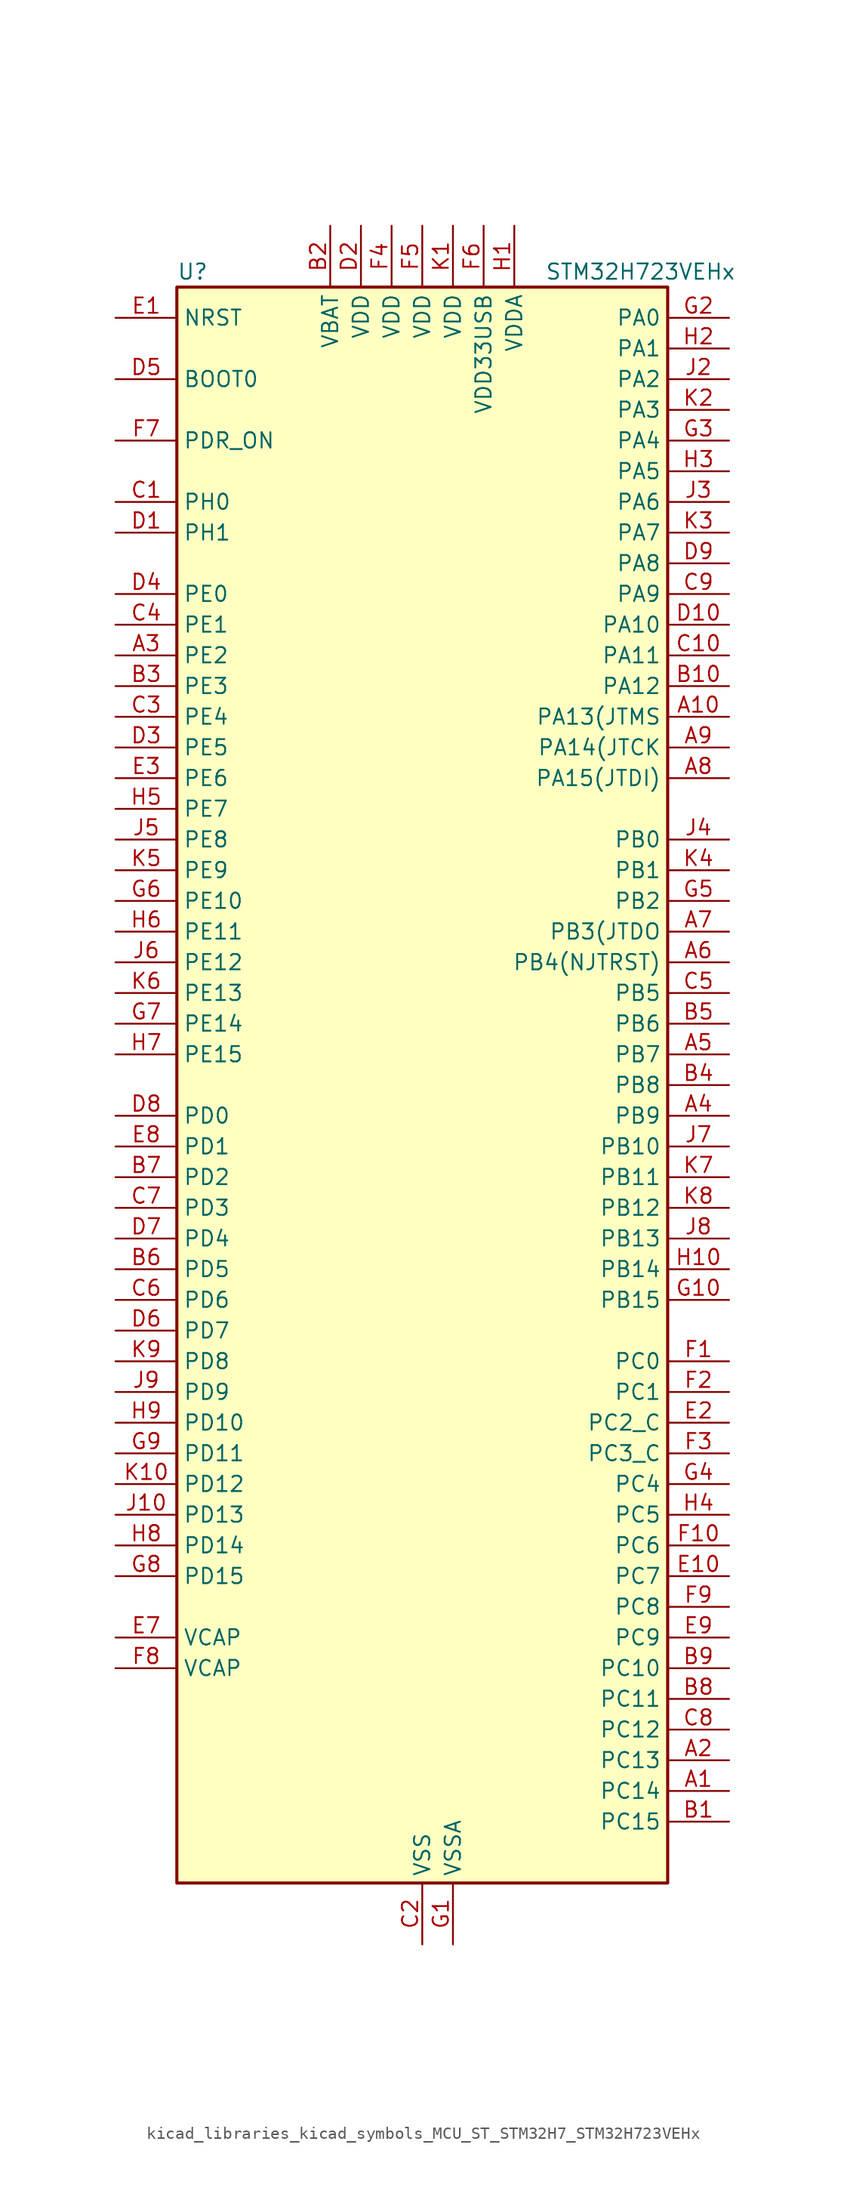
<source format=kicad_sym>
(kicad_symbol_lib
  (version 20220914)
  (generator kicad_symbol_editor)
  (symbol "kicad_libraries_kicad_symbols_MCU_ST_STM32H7_STM32H723VEHx"
    (property "Reference" "U"
      (at -20.32 67.31 0)
      (effects (font (size 1.27 1.27)) (justify left)))
    (property "Value" "STM32H723VEHx"
      (at 10.16 67.31 0)
      (effects (font (size 1.27 1.27)) (justify left)))
    (property "ki_locked" ""
      (at 0 0 0)
      (effects (font (size 1.27 1.27))))
    (symbol "kicad_libraries_kicad_symbols_MCU_ST_STM32H7_STM32H723VEHx_0_1"
      (rectangle (start -20.32 -66.04) (end 20.32 66.04) (stroke (width 0.254) (type default)) (fill (type background))))
    (symbol "kicad_libraries_kicad_symbols_MCU_ST_STM32H7_STM32H723VEHx_1_1"
      (pin bidirectional line (at 25.4 -58.42 180) (length 5.08) (name "PC14" (effects (font (size 1.27 1.27)))) (number "A1" (effects (font (size 1.27 1.27)))) (alternate "RCC_OSC32_IN" bidirectional line))
      (pin bidirectional line (at 25.4 30.48 180) (length 5.08) (name "PA13(JTMS" (effects (font (size 1.27 1.27)))) (number "A10" (effects (font (size 1.27 1.27)))) (alternate "DEBUG_JTMS-SWDIO" bidirectional line))
      (pin bidirectional line (at 25.4 -55.88 180) (length 5.08) (name "PC13" (effects (font (size 1.27 1.27)))) (number "A2" (effects (font (size 1.27 1.27)))) (alternate "PWR_WKUP4" bidirectional line) (alternate "RTC_OUT_ALARM" bidirectional line) (alternate "RTC_OUT_CALIB" bidirectional line) (alternate "RTC_TAMP1" bidirectional line) (alternate "RTC_TS" bidirectional line))
      (pin bidirectional line (at -25.4 35.56 0) (length 5.08) (name "PE2" (effects (font (size 1.27 1.27)))) (number "A3" (effects (font (size 1.27 1.27)))) (alternate "DEBUG_TRACECLK" bidirectional line) (alternate "ETH_TXD3" bidirectional line) (alternate "FMC_A23" bidirectional line) (alternate "OCTOSPIM_P1_IO2" bidirectional line) (alternate "SAI1_CK1" bidirectional line) (alternate "SAI1_MCLK_A" bidirectional line) (alternate "SAI4_CK1" bidirectional line) (alternate "SAI4_MCLK_A" bidirectional line) (alternate "SPI4_SCK" bidirectional line) (alternate "USART10_RX" bidirectional line))
      (pin bidirectional line (at 25.4 -2.54 180) (length 5.08) (name "PB9" (effects (font (size 1.27 1.27)))) (number "A4" (effects (font (size 1.27 1.27)))) (alternate "DAC1_EXTI9" bidirectional line) (alternate "DCMI_D7" bidirectional line) (alternate "DFSDM1_DATIN7" bidirectional line) (alternate "FDCAN1_TX" bidirectional line) (alternate "I2C1_SDA" bidirectional line) (alternate "I2C4_SDA" bidirectional line) (alternate "I2C4_SMBA" bidirectional line) (alternate "I2S2_WS" bidirectional line) (alternate "LTDC_B7" bidirectional line) (alternate "PSSI_D7" bidirectional line) (alternate "SDMMC1_CDIR" bidirectional line) (alternate "SDMMC1_D5" bidirectional line) (alternate "SDMMC2_D5" bidirectional line) (alternate "SPI2_NSS" bidirectional line) (alternate "TIM17_CH1" bidirectional line) (alternate "TIM4_CH4" bidirectional line) (alternate "UART4_TX" bidirectional line))
      (pin bidirectional line (at 25.4 2.54 180) (length 5.08) (name "PB7" (effects (font (size 1.27 1.27)))) (number "A5" (effects (font (size 1.27 1.27)))) (alternate "DCMI_VSYNC" bidirectional line) (alternate "DFSDM1_CKIN5" bidirectional line) (alternate "FMC_NL" bidirectional line) (alternate "I2C1_SDA" bidirectional line) (alternate "I2C4_SDA" bidirectional line) (alternate "LPUART1_RX" bidirectional line) (alternate "PSSI_RDY" bidirectional line) (alternate "PWR_PVD_IN" bidirectional line) (alternate "TIM17_CH1N" bidirectional line) (alternate "TIM4_CH2" bidirectional line) (alternate "USART1_RX" bidirectional line))
      (pin bidirectional line (at 25.4 10.16 180) (length 5.08) (name "PB4(NJTRST)" (effects (font (size 1.27 1.27)))) (number "A6" (effects (font (size 1.27 1.27)))) (alternate "DEBUG_JTRST" bidirectional line) (alternate "I2S1_SDI" bidirectional line) (alternate "I2S2_WS" bidirectional line) (alternate "I2S3_SDI" bidirectional line) (alternate "I2S6_SDI" bidirectional line) (alternate "SDMMC2_D3" bidirectional line) (alternate "SPI1_MISO" bidirectional line) (alternate "SPI2_NSS" bidirectional line) (alternate "SPI3_MISO" bidirectional line) (alternate "SPI6_MISO" bidirectional line) (alternate "TIM16_BKIN" bidirectional line) (alternate "TIM3_CH1" bidirectional line) (alternate "UART7_TX" bidirectional line))
      (pin bidirectional line (at 25.4 12.7 180) (length 5.08) (name "PB3(JTDO" (effects (font (size 1.27 1.27)))) (number "A7" (effects (font (size 1.27 1.27)))) (alternate "CRS_SYNC" bidirectional line) (alternate "DEBUG_JTDO-SWO" bidirectional line) (alternate "I2S1_CK" bidirectional line) (alternate "I2S3_CK" bidirectional line) (alternate "I2S6_CK" bidirectional line) (alternate "SDMMC2_D2" bidirectional line) (alternate "SPI1_SCK" bidirectional line) (alternate "SPI3_SCK" bidirectional line) (alternate "SPI6_SCK" bidirectional line) (alternate "TIM24_ETR" bidirectional line) (alternate "TIM2_CH2" bidirectional line) (alternate "UART7_RX" bidirectional line))
      (pin bidirectional line (at 25.4 25.4 180) (length 5.08) (name "PA15(JTDI)" (effects (font (size 1.27 1.27)))) (number "A8" (effects (font (size 1.27 1.27)))) (alternate "ADC1_EXTI15" bidirectional line) (alternate "ADC2_EXTI15" bidirectional line) (alternate "ADC3_EXTI15" bidirectional line) (alternate "CEC" bidirectional line) (alternate "DEBUG_JTDI" bidirectional line) (alternate "I2S1_WS" bidirectional line) (alternate "I2S3_WS" bidirectional line) (alternate "I2S6_WS" bidirectional line) (alternate "LTDC_B6" bidirectional line) (alternate "LTDC_R3" bidirectional line) (alternate "SPI1_NSS" bidirectional line) (alternate "SPI3_NSS" bidirectional line) (alternate "SPI6_NSS" bidirectional line) (alternate "TIM2_CH1" bidirectional line) (alternate "TIM2_ETR" bidirectional line) (alternate "UART4_DE" bidirectional line) (alternate "UART4_RTS" bidirectional line) (alternate "UART7_TX" bidirectional line))
      (pin bidirectional line (at 25.4 27.94 180) (length 5.08) (name "PA14(JTCK" (effects (font (size 1.27 1.27)))) (number "A9" (effects (font (size 1.27 1.27)))) (alternate "DEBUG_JTCK-SWCLK" bidirectional line))
      (pin bidirectional line (at 25.4 -60.96 180) (length 5.08) (name "PC15" (effects (font (size 1.27 1.27)))) (number "B1" (effects (font (size 1.27 1.27)))) (alternate "ADC1_EXTI15" bidirectional line) (alternate "ADC2_EXTI15" bidirectional line) (alternate "ADC3_EXTI15" bidirectional line) (alternate "RCC_OSC32_OUT" bidirectional line))
      (pin bidirectional line (at 25.4 33.02 180) (length 5.08) (name "PA12" (effects (font (size 1.27 1.27)))) (number "B10" (effects (font (size 1.27 1.27)))) (alternate "FDCAN1_TX" bidirectional line) (alternate "I2S2_CK" bidirectional line) (alternate "LPUART1_DE" bidirectional line) (alternate "LPUART1_RTS" bidirectional line) (alternate "LTDC_R5" bidirectional line) (alternate "SAI4_FS_B" bidirectional line) (alternate "SPI2_SCK" bidirectional line) (alternate "TIM1_BKIN2" bidirectional line) (alternate "TIM1_ETR" bidirectional line) (alternate "UART4_TX" bidirectional line) (alternate "USART1_DE" bidirectional line) (alternate "USART1_RTS" bidirectional line) (alternate "USB_OTG_HS_DP" bidirectional line))
      (pin power_in line (at -7.62 71.12 270) (length 5.08) (name "VBAT" (effects (font (size 1.27 1.27)))) (number "B2" (effects (font (size 1.27 1.27)))))
      (pin bidirectional line (at -25.4 33.02 0) (length 5.08) (name "PE3" (effects (font (size 1.27 1.27)))) (number "B3" (effects (font (size 1.27 1.27)))) (alternate "DEBUG_TRACED0" bidirectional line) (alternate "FMC_A19" bidirectional line) (alternate "SAI1_SD_B" bidirectional line) (alternate "SAI4_SD_B" bidirectional line) (alternate "TIM15_BKIN" bidirectional line) (alternate "USART10_TX" bidirectional line))
      (pin bidirectional line (at 25.4 0 180) (length 5.08) (name "PB8" (effects (font (size 1.27 1.27)))) (number "B4" (effects (font (size 1.27 1.27)))) (alternate "DCMI_D6" bidirectional line) (alternate "DFSDM1_CKIN7" bidirectional line) (alternate "ETH_TXD3" bidirectional line) (alternate "FDCAN1_RX" bidirectional line) (alternate "I2C1_SCL" bidirectional line) (alternate "I2C4_SCL" bidirectional line) (alternate "LTDC_B6" bidirectional line) (alternate "PSSI_D6" bidirectional line) (alternate "SDMMC1_CKIN" bidirectional line) (alternate "SDMMC1_D4" bidirectional line) (alternate "SDMMC2_D4" bidirectional line) (alternate "TIM16_CH1" bidirectional line) (alternate "TIM4_CH3" bidirectional line) (alternate "UART4_RX" bidirectional line))
      (pin bidirectional line (at 25.4 5.08 180) (length 5.08) (name "PB6" (effects (font (size 1.27 1.27)))) (number "B5" (effects (font (size 1.27 1.27)))) (alternate "CEC" bidirectional line) (alternate "DCMI_D5" bidirectional line) (alternate "DFSDM1_DATIN5" bidirectional line) (alternate "FDCAN2_TX" bidirectional line) (alternate "FMC_SDNE1" bidirectional line) (alternate "I2C1_SCL" bidirectional line) (alternate "I2C4_SCL" bidirectional line) (alternate "LPUART1_TX" bidirectional line) (alternate "OCTOSPIM_P1_NCS" bidirectional line) (alternate "PSSI_D5" bidirectional line) (alternate "TIM16_CH1N" bidirectional line) (alternate "TIM4_CH1" bidirectional line) (alternate "UART5_TX" bidirectional line) (alternate "USART1_TX" bidirectional line))
      (pin bidirectional line (at -25.4 -15.24 0) (length 5.08) (name "PD5" (effects (font (size 1.27 1.27)))) (number "B6" (effects (font (size 1.27 1.27)))) (alternate "FMC_NWE" bidirectional line) (alternate "OCTOSPIM_P1_IO5" bidirectional line) (alternate "USART2_TX" bidirectional line))
      (pin bidirectional line (at -25.4 -7.62 0) (length 5.08) (name "PD2" (effects (font (size 1.27 1.27)))) (number "B7" (effects (font (size 1.27 1.27)))) (alternate "DCMI_D11" bidirectional line) (alternate "DEBUG_TRACED2" bidirectional line) (alternate "FMC_D7" bidirectional line) (alternate "FMC_DA7" bidirectional line) (alternate "LTDC_B2" bidirectional line) (alternate "LTDC_B7" bidirectional line) (alternate "PSSI_D11" bidirectional line) (alternate "SDMMC1_CMD" bidirectional line) (alternate "TIM15_BKIN" bidirectional line) (alternate "TIM3_ETR" bidirectional line) (alternate "UART5_RX" bidirectional line))
      (pin bidirectional line (at 25.4 -50.8 180) (length 5.08) (name "PC11" (effects (font (size 1.27 1.27)))) (number "B8" (effects (font (size 1.27 1.27)))) (alternate "ADC1_EXTI11" bidirectional line) (alternate "ADC2_EXTI11" bidirectional line) (alternate "ADC3_EXTI11" bidirectional line) (alternate "DCMI_D4" bidirectional line) (alternate "DFSDM1_DATIN5" bidirectional line) (alternate "I2C5_SCL" bidirectional line) (alternate "I2S3_SDI" bidirectional line) (alternate "LTDC_B4" bidirectional line) (alternate "OCTOSPIM_P1_NCS" bidirectional line) (alternate "PSSI_D4" bidirectional line) (alternate "SDMMC1_D3" bidirectional line) (alternate "SPI3_MISO" bidirectional line) (alternate "UART4_RX" bidirectional line) (alternate "USART3_RX" bidirectional line))
      (pin bidirectional line (at 25.4 -48.26 180) (length 5.08) (name "PC10" (effects (font (size 1.27 1.27)))) (number "B9" (effects (font (size 1.27 1.27)))) (alternate "DCMI_D8" bidirectional line) (alternate "DFSDM1_CKIN5" bidirectional line) (alternate "I2C5_SDA" bidirectional line) (alternate "I2S3_CK" bidirectional line) (alternate "LTDC_B1" bidirectional line) (alternate "LTDC_R2" bidirectional line) (alternate "OCTOSPIM_P1_IO1" bidirectional line) (alternate "PSSI_D8" bidirectional line) (alternate "SDMMC1_D2" bidirectional line) (alternate "SPI3_SCK" bidirectional line) (alternate "SWPMI1_RX" bidirectional line) (alternate "UART4_TX" bidirectional line) (alternate "USART3_TX" bidirectional line))
      (pin bidirectional line (at -25.4 48.26 0) (length 5.08) (name "PH0" (effects (font (size 1.27 1.27)))) (number "C1" (effects (font (size 1.27 1.27)))) (alternate "RCC_OSC_IN" bidirectional line))
      (pin bidirectional line (at 25.4 35.56 180) (length 5.08) (name "PA11" (effects (font (size 1.27 1.27)))) (number "C10" (effects (font (size 1.27 1.27)))) (alternate "ADC1_EXTI11" bidirectional line) (alternate "ADC2_EXTI11" bidirectional line) (alternate "ADC3_EXTI11" bidirectional line) (alternate "FDCAN1_RX" bidirectional line) (alternate "I2S2_WS" bidirectional line) (alternate "LPUART1_CTS" bidirectional line) (alternate "LTDC_R4" bidirectional line) (alternate "SPI2_NSS" bidirectional line) (alternate "TIM1_CH4" bidirectional line) (alternate "UART4_RX" bidirectional line) (alternate "USART1_CTS" bidirectional line) (alternate "USART1_NSS" bidirectional line) (alternate "USB_OTG_HS_DM" bidirectional line))
      (pin power_in line (at 0 -71.12 90) (length 5.08) (name "VSS" (effects (font (size 1.27 1.27)))) (number "C2" (effects (font (size 1.27 1.27)))))
      (pin bidirectional line (at -25.4 30.48 0) (length 5.08) (name "PE4" (effects (font (size 1.27 1.27)))) (number "C3" (effects (font (size 1.27 1.27)))) (alternate "DCMI_D4" bidirectional line) (alternate "DEBUG_TRACED1" bidirectional line) (alternate "DFSDM1_DATIN3" bidirectional line) (alternate "FMC_A20" bidirectional line) (alternate "LTDC_B0" bidirectional line) (alternate "PSSI_D4" bidirectional line) (alternate "SAI1_D2" bidirectional line) (alternate "SAI1_FS_A" bidirectional line) (alternate "SAI4_D2" bidirectional line) (alternate "SAI4_FS_A" bidirectional line) (alternate "SPI4_NSS" bidirectional line) (alternate "TIM15_CH1N" bidirectional line))
      (pin bidirectional line (at -25.4 38.1 0) (length 5.08) (name "PE1" (effects (font (size 1.27 1.27)))) (number "C4" (effects (font (size 1.27 1.27)))) (alternate "DCMI_D3" bidirectional line) (alternate "FMC_NBL1" bidirectional line) (alternate "LPTIM1_IN2" bidirectional line) (alternate "LTDC_R6" bidirectional line) (alternate "PSSI_D3" bidirectional line) (alternate "UART8_TX" bidirectional line))
      (pin bidirectional line (at 25.4 7.62 180) (length 5.08) (name "PB5" (effects (font (size 1.27 1.27)))) (number "C5" (effects (font (size 1.27 1.27)))) (alternate "DCMI_D10" bidirectional line) (alternate "ETH_PPS_OUT" bidirectional line) (alternate "FDCAN2_RX" bidirectional line) (alternate "FMC_SDCKE1" bidirectional line) (alternate "I2C1_SMBA" bidirectional line) (alternate "I2C4_SMBA" bidirectional line) (alternate "I2S1_SDO" bidirectional line) (alternate "I2S3_SDO" bidirectional line) (alternate "I2S6_SDO" bidirectional line) (alternate "LTDC_B5" bidirectional line) (alternate "PSSI_D10" bidirectional line) (alternate "SPI1_MOSI" bidirectional line) (alternate "SPI3_MOSI" bidirectional line) (alternate "SPI6_MOSI" bidirectional line) (alternate "TIM17_BKIN" bidirectional line) (alternate "TIM3_CH2" bidirectional line) (alternate "UART5_RX" bidirectional line) (alternate "USB_OTG_HS_ULPI_D7" bidirectional line))
      (pin bidirectional line (at -25.4 -17.78 0) (length 5.08) (name "PD6" (effects (font (size 1.27 1.27)))) (number "C6" (effects (font (size 1.27 1.27)))) (alternate "DCMI_D10" bidirectional line) (alternate "DFSDM1_CKIN4" bidirectional line) (alternate "DFSDM1_DATIN1" bidirectional line) (alternate "FMC_NWAIT" bidirectional line) (alternate "I2S3_SDO" bidirectional line) (alternate "LTDC_B2" bidirectional line) (alternate "OCTOSPIM_P1_IO6" bidirectional line) (alternate "PSSI_D10" bidirectional line) (alternate "SAI1_D1" bidirectional line) (alternate "SAI1_SD_A" bidirectional line) (alternate "SAI4_D1" bidirectional line) (alternate "SAI4_SD_A" bidirectional line) (alternate "SDMMC2_CK" bidirectional line) (alternate "SPI3_MOSI" bidirectional line) (alternate "USART2_RX" bidirectional line))
      (pin bidirectional line (at -25.4 -10.16 0) (length 5.08) (name "PD3" (effects (font (size 1.27 1.27)))) (number "C7" (effects (font (size 1.27 1.27)))) (alternate "DCMI_D5" bidirectional line) (alternate "DFSDM1_CKOUT" bidirectional line) (alternate "FMC_CLK" bidirectional line) (alternate "I2S2_CK" bidirectional line) (alternate "LTDC_G7" bidirectional line) (alternate "PSSI_D5" bidirectional line) (alternate "SPI2_SCK" bidirectional line) (alternate "USART2_CTS" bidirectional line) (alternate "USART2_NSS" bidirectional line))
      (pin bidirectional line (at 25.4 -53.34 180) (length 5.08) (name "PC12" (effects (font (size 1.27 1.27)))) (number "C8" (effects (font (size 1.27 1.27)))) (alternate "DCMI_D9" bidirectional line) (alternate "DEBUG_TRACED3" bidirectional line) (alternate "FMC_D6" bidirectional line) (alternate "FMC_DA6" bidirectional line) (alternate "I2C5_SMBA" bidirectional line) (alternate "I2S3_SDO" bidirectional line) (alternate "I2S6_CK" bidirectional line) (alternate "LTDC_R6" bidirectional line) (alternate "PSSI_D9" bidirectional line) (alternate "SDMMC1_CK" bidirectional line) (alternate "SPI3_MOSI" bidirectional line) (alternate "SPI6_SCK" bidirectional line) (alternate "TIM15_CH1" bidirectional line) (alternate "UART5_TX" bidirectional line) (alternate "USART3_CK" bidirectional line))
      (pin bidirectional line (at 25.4 40.64 180) (length 5.08) (name "PA9" (effects (font (size 1.27 1.27)))) (number "C9" (effects (font (size 1.27 1.27)))) (alternate "DAC1_EXTI9" bidirectional line) (alternate "DCMI_D0" bidirectional line) (alternate "ETH_TX_ER" bidirectional line) (alternate "I2C3_SMBA" bidirectional line) (alternate "I2C5_SMBA" bidirectional line) (alternate "I2S2_CK" bidirectional line) (alternate "LPUART1_TX" bidirectional line) (alternate "LTDC_R5" bidirectional line) (alternate "PSSI_D0" bidirectional line) (alternate "SPI2_SCK" bidirectional line) (alternate "TIM1_CH2" bidirectional line) (alternate "USART1_TX" bidirectional line) (alternate "USB_OTG_HS_VBUS" bidirectional line))
      (pin bidirectional line (at -25.4 45.72 0) (length 5.08) (name "PH1" (effects (font (size 1.27 1.27)))) (number "D1" (effects (font (size 1.27 1.27)))) (alternate "RCC_OSC_OUT" bidirectional line))
      (pin bidirectional line (at 25.4 38.1 180) (length 5.08) (name "PA10" (effects (font (size 1.27 1.27)))) (number "D10" (effects (font (size 1.27 1.27)))) (alternate "DCMI_D1" bidirectional line) (alternate "LPUART1_RX" bidirectional line) (alternate "LTDC_B1" bidirectional line) (alternate "LTDC_B4" bidirectional line) (alternate "MDIOS_MDIO" bidirectional line) (alternate "PSSI_D1" bidirectional line) (alternate "TIM1_CH3" bidirectional line) (alternate "USART1_RX" bidirectional line) (alternate "USB_OTG_HS_ID" bidirectional line))
      (pin power_in line (at -5.08 71.12 270) (length 5.08) (name "VDD" (effects (font (size 1.27 1.27)))) (number "D2" (effects (font (size 1.27 1.27)))))
      (pin bidirectional line (at -25.4 27.94 0) (length 5.08) (name "PE5" (effects (font (size 1.27 1.27)))) (number "D3" (effects (font (size 1.27 1.27)))) (alternate "DCMI_D6" bidirectional line) (alternate "DEBUG_TRACED2" bidirectional line) (alternate "DFSDM1_CKIN3" bidirectional line) (alternate "FMC_A21" bidirectional line) (alternate "LTDC_G0" bidirectional line) (alternate "PSSI_D6" bidirectional line) (alternate "SAI1_CK2" bidirectional line) (alternate "SAI1_SCK_A" bidirectional line) (alternate "SAI4_CK2" bidirectional line) (alternate "SAI4_SCK_A" bidirectional line) (alternate "SPI4_MISO" bidirectional line) (alternate "TIM15_CH1" bidirectional line))
      (pin bidirectional line (at -25.4 40.64 0) (length 5.08) (name "PE0" (effects (font (size 1.27 1.27)))) (number "D4" (effects (font (size 1.27 1.27)))) (alternate "DCMI_D2" bidirectional line) (alternate "FMC_NBL0" bidirectional line) (alternate "LPTIM1_ETR" bidirectional line) (alternate "LPTIM2_ETR" bidirectional line) (alternate "LTDC_R0" bidirectional line) (alternate "PSSI_D2" bidirectional line) (alternate "SAI4_MCLK_A" bidirectional line) (alternate "TIM4_ETR" bidirectional line) (alternate "UART8_RX" bidirectional line))
      (pin input line (at -25.4 58.42 0) (length 5.08) (name "BOOT0" (effects (font (size 1.27 1.27)))) (number "D5" (effects (font (size 1.27 1.27)))))
      (pin bidirectional line (at -25.4 -20.32 0) (length 5.08) (name "PD7" (effects (font (size 1.27 1.27)))) (number "D6" (effects (font (size 1.27 1.27)))) (alternate "DFSDM1_CKIN1" bidirectional line) (alternate "DFSDM1_DATIN4" bidirectional line) (alternate "FMC_NE1" bidirectional line) (alternate "I2S1_SDO" bidirectional line) (alternate "OCTOSPIM_P1_IO7" bidirectional line) (alternate "SDMMC2_CMD" bidirectional line) (alternate "SPDIFRX1_IN0" bidirectional line) (alternate "SPI1_MOSI" bidirectional line) (alternate "USART2_CK" bidirectional line))
      (pin bidirectional line (at -25.4 -12.7 0) (length 5.08) (name "PD4" (effects (font (size 1.27 1.27)))) (number "D7" (effects (font (size 1.27 1.27)))) (alternate "FMC_NOE" bidirectional line) (alternate "OCTOSPIM_P1_IO4" bidirectional line) (alternate "USART2_DE" bidirectional line) (alternate "USART2_RTS" bidirectional line))
      (pin bidirectional line (at -25.4 -2.54 0) (length 5.08) (name "PD0" (effects (font (size 1.27 1.27)))) (number "D8" (effects (font (size 1.27 1.27)))) (alternate "DFSDM1_CKIN6" bidirectional line) (alternate "FDCAN1_RX" bidirectional line) (alternate "FMC_D2" bidirectional line) (alternate "FMC_DA2" bidirectional line) (alternate "LTDC_B1" bidirectional line) (alternate "UART4_RX" bidirectional line) (alternate "UART9_CTS" bidirectional line))
      (pin bidirectional line (at 25.4 43.18 180) (length 5.08) (name "PA8" (effects (font (size 1.27 1.27)))) (number "D9" (effects (font (size 1.27 1.27)))) (alternate "I2C3_SCL" bidirectional line) (alternate "I2C5_SCL" bidirectional line) (alternate "LTDC_B3" bidirectional line) (alternate "LTDC_R6" bidirectional line) (alternate "RCC_MCO_1" bidirectional line) (alternate "TIM1_CH1" bidirectional line) (alternate "TIM8_BKIN2" bidirectional line) (alternate "TIM8_BKIN2_COMP1" bidirectional line) (alternate "TIM8_BKIN2_COMP2" bidirectional line) (alternate "UART7_RX" bidirectional line) (alternate "USART1_CK" bidirectional line) (alternate "USB_OTG_HS_SOF" bidirectional line))
      (pin input line (at -25.4 63.5 0) (length 5.08) (name "NRST" (effects (font (size 1.27 1.27)))) (number "E1" (effects (font (size 1.27 1.27)))))
      (pin bidirectional line (at 25.4 -40.64 180) (length 5.08) (name "PC7" (effects (font (size 1.27 1.27)))) (number "E10" (effects (font (size 1.27 1.27)))) (alternate "DCMI_D1" bidirectional line) (alternate "DEBUG_TRGIO" bidirectional line) (alternate "DFSDM1_DATIN3" bidirectional line) (alternate "FMC_NE1" bidirectional line) (alternate "I2S3_MCK" bidirectional line) (alternate "LTDC_G6" bidirectional line) (alternate "PSSI_D1" bidirectional line) (alternate "SDMMC1_D123DIR" bidirectional line) (alternate "SDMMC1_D7" bidirectional line) (alternate "SDMMC2_D7" bidirectional line) (alternate "SWPMI1_TX" bidirectional line) (alternate "TIM3_CH2" bidirectional line) (alternate "TIM8_CH2" bidirectional line) (alternate "USART6_RX" bidirectional line))
      (pin bidirectional line (at 25.4 -27.94 180) (length 5.08) (name "PC2_C" (effects (font (size 1.27 1.27)))) (number "E2" (effects (font (size 1.27 1.27)))) (alternate "ADC3_INN1" bidirectional line) (alternate "ADC3_INP0" bidirectional line) (alternate "DFSDM1_CKIN1" bidirectional line) (alternate "DFSDM1_CKOUT" bidirectional line) (alternate "ETH_TXD2" bidirectional line) (alternate "FMC_SDNE0" bidirectional line) (alternate "I2S2_SDI" bidirectional line) (alternate "OCTOSPIM_P1_IO2" bidirectional line) (alternate "OCTOSPIM_P1_IO5" bidirectional line) (alternate "PWR_CSTOP" bidirectional line) (alternate "SPI2_MISO" bidirectional line) (alternate "USB_OTG_HS_ULPI_DIR" bidirectional line))
      (pin bidirectional line (at -25.4 25.4 0) (length 5.08) (name "PE6" (effects (font (size 1.27 1.27)))) (number "E3" (effects (font (size 1.27 1.27)))) (alternate "DCMI_D7" bidirectional line) (alternate "DEBUG_TRACED3" bidirectional line) (alternate "FMC_A22" bidirectional line) (alternate "LTDC_G1" bidirectional line) (alternate "PSSI_D7" bidirectional line) (alternate "SAI1_D1" bidirectional line) (alternate "SAI1_SD_A" bidirectional line) (alternate "SAI4_D1" bidirectional line) (alternate "SAI4_MCLK_B" bidirectional line) (alternate "SAI4_SD_A" bidirectional line) (alternate "SPI4_MOSI" bidirectional line) (alternate "TIM15_CH2" bidirectional line) (alternate "TIM1_BKIN2" bidirectional line) (alternate "TIM1_BKIN2_COMP1" bidirectional line) (alternate "TIM1_BKIN2_COMP2" bidirectional line))
      (pin passive line (at 0 -71.12 90) (length 5.08) hide (name "VSS" (effects (font (size 1.27 1.27)))) (number "E4" (effects (font (size 1.27 1.27)))))
      (pin passive line (at 0 -71.12 90) (length 5.08) hide (name "VSS" (effects (font (size 1.27 1.27)))) (number "E5" (effects (font (size 1.27 1.27)))))
      (pin passive line (at 0 -71.12 90) (length 5.08) hide (name "VSS" (effects (font (size 1.27 1.27)))) (number "E6" (effects (font (size 1.27 1.27)))))
      (pin power_out line (at -25.4 -45.72 0) (length 5.08) (name "VCAP" (effects (font (size 1.27 1.27)))) (number "E7" (effects (font (size 1.27 1.27)))))
      (pin bidirectional line (at -25.4 -5.08 0) (length 5.08) (name "PD1" (effects (font (size 1.27 1.27)))) (number "E8" (effects (font (size 1.27 1.27)))) (alternate "DFSDM1_DATIN6" bidirectional line) (alternate "FDCAN1_TX" bidirectional line) (alternate "FMC_D3" bidirectional line) (alternate "FMC_DA3" bidirectional line) (alternate "UART4_TX" bidirectional line))
      (pin bidirectional line (at 25.4 -45.72 180) (length 5.08) (name "PC9" (effects (font (size 1.27 1.27)))) (number "E9" (effects (font (size 1.27 1.27)))) (alternate "DAC1_EXTI9" bidirectional line) (alternate "DCMI_D3" bidirectional line) (alternate "I2C3_SDA" bidirectional line) (alternate "I2C5_SDA" bidirectional line) (alternate "I2S_CKIN" bidirectional line) (alternate "LTDC_B2" bidirectional line) (alternate "LTDC_G3" bidirectional line) (alternate "OCTOSPIM_P1_IO0" bidirectional line) (alternate "PSSI_D3" bidirectional line) (alternate "RCC_MCO_2" bidirectional line) (alternate "SDMMC1_D1" bidirectional line) (alternate "SWPMI1_SUSPEND" bidirectional line) (alternate "TIM3_CH4" bidirectional line) (alternate "TIM8_CH4" bidirectional line) (alternate "UART5_CTS" bidirectional line))
      (pin bidirectional line (at 25.4 -22.86 180) (length 5.08) (name "PC0" (effects (font (size 1.27 1.27)))) (number "F1" (effects (font (size 1.27 1.27)))) (alternate "ADC1_INP10" bidirectional line) (alternate "ADC2_INP10" bidirectional line) (alternate "ADC3_INP10" bidirectional line) (alternate "DFSDM1_CKIN0" bidirectional line) (alternate "DFSDM1_DATIN4" bidirectional line) (alternate "FMC_A25" bidirectional line) (alternate "FMC_D12" bidirectional line) (alternate "FMC_DA12" bidirectional line) (alternate "FMC_SDNWE" bidirectional line) (alternate "LTDC_G2" bidirectional line) (alternate "LTDC_R5" bidirectional line) (alternate "SAI4_FS_B" bidirectional line) (alternate "USB_OTG_HS_ULPI_STP" bidirectional line))
      (pin bidirectional line (at 25.4 -38.1 180) (length 5.08) (name "PC6" (effects (font (size 1.27 1.27)))) (number "F10" (effects (font (size 1.27 1.27)))) (alternate "DCMI_D0" bidirectional line) (alternate "DFSDM1_CKIN3" bidirectional line) (alternate "FMC_NWAIT" bidirectional line) (alternate "I2S2_MCK" bidirectional line) (alternate "LTDC_HSYNC" bidirectional line) (alternate "PSSI_D0" bidirectional line) (alternate "SDMMC1_D0DIR" bidirectional line) (alternate "SDMMC1_D6" bidirectional line) (alternate "SDMMC2_D6" bidirectional line) (alternate "SWPMI1_IO" bidirectional line) (alternate "TIM3_CH1" bidirectional line) (alternate "TIM8_CH1" bidirectional line) (alternate "USART6_TX" bidirectional line))
      (pin bidirectional line (at 25.4 -25.4 180) (length 5.08) (name "PC1" (effects (font (size 1.27 1.27)))) (number "F2" (effects (font (size 1.27 1.27)))) (alternate "ADC1_INN10" bidirectional line) (alternate "ADC1_INP11" bidirectional line) (alternate "ADC2_INN10" bidirectional line) (alternate "ADC2_INP11" bidirectional line) (alternate "ADC3_INN10" bidirectional line) (alternate "ADC3_INP11" bidirectional line) (alternate "DEBUG_TRACED0" bidirectional line) (alternate "DFSDM1_CKIN4" bidirectional line) (alternate "DFSDM1_DATIN0" bidirectional line) (alternate "ETH_MDC" bidirectional line) (alternate "I2S2_SDO" bidirectional line) (alternate "LTDC_G5" bidirectional line) (alternate "MDIOS_MDC" bidirectional line) (alternate "OCTOSPIM_P1_IO4" bidirectional line) (alternate "PWR_WKUP6" bidirectional line) (alternate "RTC_TAMP3" bidirectional line) (alternate "SAI1_D1" bidirectional line) (alternate "SAI1_SD_A" bidirectional line) (alternate "SAI4_D1" bidirectional line) (alternate "SAI4_SD_A" bidirectional line) (alternate "SDMMC2_CK" bidirectional line) (alternate "SPI2_MOSI" bidirectional line))
      (pin bidirectional line (at 25.4 -30.48 180) (length 5.08) (name "PC3_C" (effects (font (size 1.27 1.27)))) (number "F3" (effects (font (size 1.27 1.27)))) (alternate "ADC3_INP1" bidirectional line) (alternate "DFSDM1_DATIN1" bidirectional line) (alternate "ETH_TX_CLK" bidirectional line) (alternate "FMC_SDCKE0" bidirectional line) (alternate "I2S2_SDO" bidirectional line) (alternate "OCTOSPIM_P1_IO0" bidirectional line) (alternate "OCTOSPIM_P1_IO6" bidirectional line) (alternate "PWR_CSLEEP" bidirectional line) (alternate "SPI2_MOSI" bidirectional line) (alternate "USB_OTG_HS_ULPI_NXT" bidirectional line))
      (pin power_in line (at -2.54 71.12 270) (length 5.08) (name "VDD" (effects (font (size 1.27 1.27)))) (number "F4" (effects (font (size 1.27 1.27)))))
      (pin power_in line (at 0 71.12 270) (length 5.08) (name "VDD" (effects (font (size 1.27 1.27)))) (number "F5" (effects (font (size 1.27 1.27)))))
      (pin power_in line (at 5.08 71.12 270) (length 5.08) (name "VDD33USB" (effects (font (size 1.27 1.27)))) (number "F6" (effects (font (size 1.27 1.27)))))
      (pin input line (at -25.4 53.34 0) (length 5.08) (name "PDR_ON" (effects (font (size 1.27 1.27)))) (number "F7" (effects (font (size 1.27 1.27)))))
      (pin power_out line (at -25.4 -48.26 0) (length 5.08) (name "VCAP" (effects (font (size 1.27 1.27)))) (number "F8" (effects (font (size 1.27 1.27)))))
      (pin bidirectional line (at 25.4 -43.18 180) (length 5.08) (name "PC8" (effects (font (size 1.27 1.27)))) (number "F9" (effects (font (size 1.27 1.27)))) (alternate "DCMI_D2" bidirectional line) (alternate "DEBUG_TRACED1" bidirectional line) (alternate "FMC_INT" bidirectional line) (alternate "FMC_NCE" bidirectional line) (alternate "FMC_NE2" bidirectional line) (alternate "PSSI_D2" bidirectional line) (alternate "SDMMC1_D0" bidirectional line) (alternate "SWPMI1_RX" bidirectional line) (alternate "TIM3_CH3" bidirectional line) (alternate "TIM8_CH3" bidirectional line) (alternate "UART5_DE" bidirectional line) (alternate "UART5_RTS" bidirectional line) (alternate "USART6_CK" bidirectional line))
      (pin power_in line (at 2.54 -71.12 90) (length 5.08) (name "VSSA" (effects (font (size 1.27 1.27)))) (number "G1" (effects (font (size 1.27 1.27)))))
      (pin bidirectional line (at 25.4 -17.78 180) (length 5.08) (name "PB15" (effects (font (size 1.27 1.27)))) (number "G10" (effects (font (size 1.27 1.27)))) (alternate "ADC1_EXTI15" bidirectional line) (alternate "ADC2_EXTI15" bidirectional line) (alternate "ADC3_EXTI15" bidirectional line) (alternate "DFSDM1_CKIN2" bidirectional line) (alternate "FMC_D11" bidirectional line) (alternate "FMC_DA11" bidirectional line) (alternate "I2S2_SDO" bidirectional line) (alternate "LTDC_G7" bidirectional line) (alternate "RTC_REFIN" bidirectional line) (alternate "SDMMC2_D1" bidirectional line) (alternate "SPI2_MOSI" bidirectional line) (alternate "TIM12_CH2" bidirectional line) (alternate "TIM1_CH3N" bidirectional line) (alternate "TIM8_CH3N" bidirectional line) (alternate "UART4_CTS" bidirectional line) (alternate "USART1_RX" bidirectional line))
      (pin bidirectional line (at 25.4 63.5 180) (length 5.08) (name "PA0" (effects (font (size 1.27 1.27)))) (number "G2" (effects (font (size 1.27 1.27)))) (alternate "ADC1_INP16" bidirectional line) (alternate "ETH_CRS" bidirectional line) (alternate "FMC_A19" bidirectional line) (alternate "I2S6_WS" bidirectional line) (alternate "PWR_WKUP1" bidirectional line) (alternate "SAI4_SD_B" bidirectional line) (alternate "SDMMC2_CMD" bidirectional line) (alternate "SPI6_NSS" bidirectional line) (alternate "TIM15_BKIN" bidirectional line) (alternate "TIM2_CH1" bidirectional line) (alternate "TIM2_ETR" bidirectional line) (alternate "TIM5_CH1" bidirectional line) (alternate "TIM8_ETR" bidirectional line) (alternate "UART4_TX" bidirectional line) (alternate "USART2_CTS" bidirectional line) (alternate "USART2_NSS" bidirectional line))
      (pin bidirectional line (at 25.4 53.34 180) (length 5.08) (name "PA4" (effects (font (size 1.27 1.27)))) (number "G3" (effects (font (size 1.27 1.27)))) (alternate "ADC1_INP18" bidirectional line) (alternate "ADC2_INP18" bidirectional line) (alternate "DAC1_OUT1" bidirectional line) (alternate "DCMI_HSYNC" bidirectional line) (alternate "FMC_D8" bidirectional line) (alternate "FMC_DA8" bidirectional line) (alternate "I2S1_WS" bidirectional line) (alternate "I2S3_WS" bidirectional line) (alternate "I2S6_WS" bidirectional line) (alternate "LTDC_VSYNC" bidirectional line) (alternate "PSSI_DE" bidirectional line) (alternate "SPI1_NSS" bidirectional line) (alternate "SPI3_NSS" bidirectional line) (alternate "SPI6_NSS" bidirectional line) (alternate "TIM5_ETR" bidirectional line) (alternate "USART2_CK" bidirectional line))
      (pin bidirectional line (at 25.4 -33.02 180) (length 5.08) (name "PC4" (effects (font (size 1.27 1.27)))) (number "G4" (effects (font (size 1.27 1.27)))) (alternate "ADC1_INP4" bidirectional line) (alternate "ADC2_INP4" bidirectional line) (alternate "COMP1_INM" bidirectional line) (alternate "DFSDM1_CKIN2" bidirectional line) (alternate "ETH_RXD0" bidirectional line) (alternate "FMC_A22" bidirectional line) (alternate "FMC_SDNE0" bidirectional line) (alternate "I2S1_MCK" bidirectional line) (alternate "LTDC_R7" bidirectional line) (alternate "OPAMP1_VOUT" bidirectional line) (alternate "SDMMC2_CKIN" bidirectional line) (alternate "SPDIFRX1_IN2" bidirectional line))
      (pin bidirectional line (at 25.4 15.24 180) (length 5.08) (name "PB2" (effects (font (size 1.27 1.27)))) (number "G5" (effects (font (size 1.27 1.27)))) (alternate "COMP1_INP" bidirectional line) (alternate "DFSDM1_CKIN1" bidirectional line) (alternate "ETH_TX_ER" bidirectional line) (alternate "I2S3_SDO" bidirectional line) (alternate "OCTOSPIM_P1_CLK" bidirectional line) (alternate "OCTOSPIM_P1_DQS" bidirectional line) (alternate "RTC_OUT_ALARM" bidirectional line) (alternate "RTC_OUT_CALIB" bidirectional line) (alternate "SAI1_D1" bidirectional line) (alternate "SAI1_SD_A" bidirectional line) (alternate "SAI4_D1" bidirectional line) (alternate "SAI4_SD_A" bidirectional line) (alternate "SPI3_MOSI" bidirectional line) (alternate "TIM23_ETR" bidirectional line))
      (pin bidirectional line (at -25.4 15.24 0) (length 5.08) (name "PE10" (effects (font (size 1.27 1.27)))) (number "G6" (effects (font (size 1.27 1.27)))) (alternate "COMP2_INM" bidirectional line) (alternate "DFSDM1_DATIN4" bidirectional line) (alternate "FMC_D7" bidirectional line) (alternate "FMC_DA7" bidirectional line) (alternate "OCTOSPIM_P1_IO7" bidirectional line) (alternate "TIM1_CH2N" bidirectional line) (alternate "UART7_CTS" bidirectional line))
      (pin bidirectional line (at -25.4 5.08 0) (length 5.08) (name "PE14" (effects (font (size 1.27 1.27)))) (number "G7" (effects (font (size 1.27 1.27)))) (alternate "FMC_D11" bidirectional line) (alternate "FMC_DA11" bidirectional line) (alternate "LTDC_CLK" bidirectional line) (alternate "SAI4_MCLK_B" bidirectional line) (alternate "SPI4_MOSI" bidirectional line) (alternate "TIM1_CH4" bidirectional line))
      (pin bidirectional line (at -25.4 -40.64 0) (length 5.08) (name "PD15" (effects (font (size 1.27 1.27)))) (number "G8" (effects (font (size 1.27 1.27)))) (alternate "ADC1_EXTI15" bidirectional line) (alternate "ADC2_EXTI15" bidirectional line) (alternate "ADC3_EXTI15" bidirectional line) (alternate "FMC_D1" bidirectional line) (alternate "FMC_DA1" bidirectional line) (alternate "TIM4_CH4" bidirectional line) (alternate "UART8_DE" bidirectional line) (alternate "UART8_RTS" bidirectional line) (alternate "UART9_TX" bidirectional line))
      (pin bidirectional line (at -25.4 -30.48 0) (length 5.08) (name "PD11" (effects (font (size 1.27 1.27)))) (number "G9" (effects (font (size 1.27 1.27)))) (alternate "ADC1_EXTI11" bidirectional line) (alternate "ADC2_EXTI11" bidirectional line) (alternate "ADC3_EXTI11" bidirectional line) (alternate "FMC_A16" bidirectional line) (alternate "FMC_CLE" bidirectional line) (alternate "I2C4_SMBA" bidirectional line) (alternate "LPTIM2_IN2" bidirectional line) (alternate "OCTOSPIM_P1_IO0" bidirectional line) (alternate "SAI4_SD_A" bidirectional line) (alternate "USART3_CTS" bidirectional line) (alternate "USART3_NSS" bidirectional line))
      (pin power_in line (at 7.62 71.12 270) (length 5.08) (name "VDDA" (effects (font (size 1.27 1.27)))) (number "H1" (effects (font (size 1.27 1.27)))))
      (pin bidirectional line (at 25.4 -15.24 180) (length 5.08) (name "PB14" (effects (font (size 1.27 1.27)))) (number "H10" (effects (font (size 1.27 1.27)))) (alternate "DFSDM1_DATIN2" bidirectional line) (alternate "FMC_D10" bidirectional line) (alternate "FMC_DA10" bidirectional line) (alternate "I2S2_SDI" bidirectional line) (alternate "LTDC_CLK" bidirectional line) (alternate "SDMMC2_D0" bidirectional line) (alternate "SPI2_MISO" bidirectional line) (alternate "TIM12_CH1" bidirectional line) (alternate "TIM1_CH2N" bidirectional line) (alternate "TIM8_CH2N" bidirectional line) (alternate "UART4_DE" bidirectional line) (alternate "UART4_RTS" bidirectional line) (alternate "USART1_TX" bidirectional line) (alternate "USART3_DE" bidirectional line) (alternate "USART3_RTS" bidirectional line))
      (pin bidirectional line (at 25.4 60.96 180) (length 5.08) (name "PA1" (effects (font (size 1.27 1.27)))) (number "H2" (effects (font (size 1.27 1.27)))) (alternate "ADC1_INN16" bidirectional line) (alternate "ADC1_INP17" bidirectional line) (alternate "ETH_REF_CLK" bidirectional line) (alternate "ETH_RX_CLK" bidirectional line) (alternate "LPTIM3_OUT" bidirectional line) (alternate "LTDC_R2" bidirectional line) (alternate "OCTOSPIM_P1_DQS" bidirectional line) (alternate "OCTOSPIM_P1_IO3" bidirectional line) (alternate "SAI4_MCLK_B" bidirectional line) (alternate "TIM15_CH1N" bidirectional line) (alternate "TIM2_CH2" bidirectional line) (alternate "TIM5_CH2" bidirectional line) (alternate "UART4_RX" bidirectional line) (alternate "USART2_DE" bidirectional line) (alternate "USART2_RTS" bidirectional line))
      (pin bidirectional line (at 25.4 50.8 180) (length 5.08) (name "PA5" (effects (font (size 1.27 1.27)))) (number "H3" (effects (font (size 1.27 1.27)))) (alternate "ADC1_INN18" bidirectional line) (alternate "ADC1_INP19" bidirectional line) (alternate "ADC2_INN18" bidirectional line) (alternate "ADC2_INP19" bidirectional line) (alternate "DAC1_OUT2" bidirectional line) (alternate "FMC_D9" bidirectional line) (alternate "FMC_DA9" bidirectional line) (alternate "I2S1_CK" bidirectional line) (alternate "I2S6_CK" bidirectional line) (alternate "LTDC_R4" bidirectional line) (alternate "PSSI_D14" bidirectional line) (alternate "PWR_NDSTOP2" bidirectional line) (alternate "SPI1_SCK" bidirectional line) (alternate "SPI6_SCK" bidirectional line) (alternate "TIM2_CH1" bidirectional line) (alternate "TIM2_ETR" bidirectional line) (alternate "TIM8_CH1N" bidirectional line) (alternate "USB_OTG_HS_ULPI_CK" bidirectional line))
      (pin bidirectional line (at 25.4 -35.56 180) (length 5.08) (name "PC5" (effects (font (size 1.27 1.27)))) (number "H4" (effects (font (size 1.27 1.27)))) (alternate "ADC1_INN4" bidirectional line) (alternate "ADC1_INP8" bidirectional line) (alternate "ADC2_INN4" bidirectional line) (alternate "ADC2_INP8" bidirectional line) (alternate "COMP1_OUT" bidirectional line) (alternate "DFSDM1_DATIN2" bidirectional line) (alternate "ETH_RXD1" bidirectional line) (alternate "FMC_SDCKE0" bidirectional line) (alternate "LTDC_DE" bidirectional line) (alternate "OCTOSPIM_P1_DQS" bidirectional line) (alternate "OPAMP1_VINM" bidirectional line) (alternate "PSSI_D15" bidirectional line) (alternate "SAI1_D3" bidirectional line) (alternate "SAI4_D3" bidirectional line) (alternate "SPDIFRX1_IN3" bidirectional line))
      (pin bidirectional line (at -25.4 22.86 0) (length 5.08) (name "PE7" (effects (font (size 1.27 1.27)))) (number "H5" (effects (font (size 1.27 1.27)))) (alternate "COMP2_INM" bidirectional line) (alternate "DFSDM1_DATIN2" bidirectional line) (alternate "FMC_D4" bidirectional line) (alternate "FMC_DA4" bidirectional line) (alternate "OCTOSPIM_P1_IO4" bidirectional line) (alternate "OPAMP2_VOUT" bidirectional line) (alternate "TIM1_ETR" bidirectional line) (alternate "UART7_RX" bidirectional line))
      (pin bidirectional line (at -25.4 12.7 0) (length 5.08) (name "PE11" (effects (font (size 1.27 1.27)))) (number "H6" (effects (font (size 1.27 1.27)))) (alternate "ADC1_EXTI11" bidirectional line) (alternate "ADC2_EXTI11" bidirectional line) (alternate "ADC3_EXTI11" bidirectional line) (alternate "COMP2_INP" bidirectional line) (alternate "DFSDM1_CKIN4" bidirectional line) (alternate "FMC_D8" bidirectional line) (alternate "FMC_DA8" bidirectional line) (alternate "LTDC_G3" bidirectional line) (alternate "OCTOSPIM_P1_NCS" bidirectional line) (alternate "SAI4_SD_B" bidirectional line) (alternate "SPI4_NSS" bidirectional line) (alternate "TIM1_CH2" bidirectional line))
      (pin bidirectional line (at -25.4 2.54 0) (length 5.08) (name "PE15" (effects (font (size 1.27 1.27)))) (number "H7" (effects (font (size 1.27 1.27)))) (alternate "ADC1_EXTI15" bidirectional line) (alternate "ADC2_EXTI15" bidirectional line) (alternate "ADC3_EXTI15" bidirectional line) (alternate "FMC_D12" bidirectional line) (alternate "FMC_DA12" bidirectional line) (alternate "LTDC_R7" bidirectional line) (alternate "TIM1_BKIN" bidirectional line) (alternate "TIM1_BKIN_COMP1" bidirectional line) (alternate "TIM1_BKIN_COMP2" bidirectional line) (alternate "USART10_CK" bidirectional line))
      (pin bidirectional line (at -25.4 -38.1 0) (length 5.08) (name "PD14" (effects (font (size 1.27 1.27)))) (number "H8" (effects (font (size 1.27 1.27)))) (alternate "FMC_D0" bidirectional line) (alternate "FMC_DA0" bidirectional line) (alternate "TIM4_CH3" bidirectional line) (alternate "UART8_CTS" bidirectional line) (alternate "UART9_RX" bidirectional line))
      (pin bidirectional line (at -25.4 -27.94 0) (length 5.08) (name "PD10" (effects (font (size 1.27 1.27)))) (number "H9" (effects (font (size 1.27 1.27)))) (alternate "DFSDM1_CKOUT" bidirectional line) (alternate "FMC_D15" bidirectional line) (alternate "FMC_DA15" bidirectional line) (alternate "LTDC_B3" bidirectional line) (alternate "USART3_CK" bidirectional line))
      (pin passive line (at 0 -71.12 90) (length 5.08) hide (name "VSS" (effects (font (size 1.27 1.27)))) (number "J1" (effects (font (size 1.27 1.27)))))
      (pin bidirectional line (at -25.4 -35.56 0) (length 5.08) (name "PD13" (effects (font (size 1.27 1.27)))) (number "J10" (effects (font (size 1.27 1.27)))) (alternate "DCMI_D13" bidirectional line) (alternate "FDCAN3_TX" bidirectional line) (alternate "FMC_A18" bidirectional line) (alternate "I2C4_SDA" bidirectional line) (alternate "LPTIM1_OUT" bidirectional line) (alternate "OCTOSPIM_P1_IO3" bidirectional line) (alternate "PSSI_D13" bidirectional line) (alternate "SAI4_SCK_A" bidirectional line) (alternate "TIM4_CH2" bidirectional line) (alternate "UART9_DE" bidirectional line) (alternate "UART9_RTS" bidirectional line))
      (pin bidirectional line (at 25.4 58.42 180) (length 5.08) (name "PA2" (effects (font (size 1.27 1.27)))) (number "J2" (effects (font (size 1.27 1.27)))) (alternate "ADC1_INP14" bidirectional line) (alternate "ADC2_INP14" bidirectional line) (alternate "ETH_MDIO" bidirectional line) (alternate "LPTIM4_OUT" bidirectional line) (alternate "LTDC_R1" bidirectional line) (alternate "MDIOS_MDIO" bidirectional line) (alternate "OCTOSPIM_P1_IO0" bidirectional line) (alternate "PWR_WKUP2" bidirectional line) (alternate "SAI4_SCK_B" bidirectional line) (alternate "TIM15_CH1" bidirectional line) (alternate "TIM2_CH3" bidirectional line) (alternate "TIM5_CH3" bidirectional line) (alternate "USART2_TX" bidirectional line))
      (pin bidirectional line (at 25.4 48.26 180) (length 5.08) (name "PA6" (effects (font (size 1.27 1.27)))) (number "J3" (effects (font (size 1.27 1.27)))) (alternate "ADC1_INP3" bidirectional line) (alternate "ADC2_INP3" bidirectional line) (alternate "DCMI_PIXCLK" bidirectional line) (alternate "I2S1_SDI" bidirectional line) (alternate "I2S6_SDI" bidirectional line) (alternate "LTDC_G2" bidirectional line) (alternate "MDIOS_MDC" bidirectional line) (alternate "OCTOSPIM_P1_IO3" bidirectional line) (alternate "PSSI_PDCK" bidirectional line) (alternate "SPI1_MISO" bidirectional line) (alternate "SPI6_MISO" bidirectional line) (alternate "TIM13_CH1" bidirectional line) (alternate "TIM1_BKIN" bidirectional line) (alternate "TIM1_BKIN_COMP1" bidirectional line) (alternate "TIM1_BKIN_COMP2" bidirectional line) (alternate "TIM3_CH1" bidirectional line) (alternate "TIM8_BKIN" bidirectional line) (alternate "TIM8_BKIN_COMP1" bidirectional line) (alternate "TIM8_BKIN_COMP2" bidirectional line))
      (pin bidirectional line (at 25.4 20.32 180) (length 5.08) (name "PB0" (effects (font (size 1.27 1.27)))) (number "J4" (effects (font (size 1.27 1.27)))) (alternate "ADC1_INN5" bidirectional line) (alternate "ADC1_INP9" bidirectional line) (alternate "ADC2_INN5" bidirectional line) (alternate "ADC2_INP9" bidirectional line) (alternate "COMP1_INP" bidirectional line) (alternate "DFSDM1_CKOUT" bidirectional line) (alternate "ETH_RXD2" bidirectional line) (alternate "LTDC_G1" bidirectional line) (alternate "LTDC_R3" bidirectional line) (alternate "OCTOSPIM_P1_IO1" bidirectional line) (alternate "OPAMP1_VINP" bidirectional line) (alternate "TIM1_CH2N" bidirectional line) (alternate "TIM3_CH3" bidirectional line) (alternate "TIM8_CH2N" bidirectional line) (alternate "UART4_CTS" bidirectional line) (alternate "USB_OTG_HS_ULPI_D1" bidirectional line))
      (pin bidirectional line (at -25.4 20.32 0) (length 5.08) (name "PE8" (effects (font (size 1.27 1.27)))) (number "J5" (effects (font (size 1.27 1.27)))) (alternate "COMP2_OUT" bidirectional line) (alternate "DFSDM1_CKIN2" bidirectional line) (alternate "FMC_D5" bidirectional line) (alternate "FMC_DA5" bidirectional line) (alternate "OCTOSPIM_P1_IO5" bidirectional line) (alternate "OPAMP2_VINM" bidirectional line) (alternate "TIM1_CH1N" bidirectional line) (alternate "UART7_TX" bidirectional line))
      (pin bidirectional line (at -25.4 10.16 0) (length 5.08) (name "PE12" (effects (font (size 1.27 1.27)))) (number "J6" (effects (font (size 1.27 1.27)))) (alternate "COMP1_OUT" bidirectional line) (alternate "DFSDM1_DATIN5" bidirectional line) (alternate "FMC_D9" bidirectional line) (alternate "FMC_DA9" bidirectional line) (alternate "LTDC_B4" bidirectional line) (alternate "SAI4_SCK_B" bidirectional line) (alternate "SPI4_SCK" bidirectional line) (alternate "TIM1_CH3N" bidirectional line))
      (pin bidirectional line (at 25.4 -5.08 180) (length 5.08) (name "PB10" (effects (font (size 1.27 1.27)))) (number "J7" (effects (font (size 1.27 1.27)))) (alternate "DFSDM1_DATIN7" bidirectional line) (alternate "ETH_RX_ER" bidirectional line) (alternate "I2C2_SCL" bidirectional line) (alternate "I2S2_CK" bidirectional line) (alternate "LPTIM2_IN1" bidirectional line) (alternate "LTDC_G4" bidirectional line) (alternate "OCTOSPIM_P1_NCS" bidirectional line) (alternate "SPI2_SCK" bidirectional line) (alternate "TIM2_CH3" bidirectional line) (alternate "USART3_TX" bidirectional line) (alternate "USB_OTG_HS_ULPI_D3" bidirectional line))
      (pin bidirectional line (at 25.4 -12.7 180) (length 5.08) (name "PB13" (effects (font (size 1.27 1.27)))) (number "J8" (effects (font (size 1.27 1.27)))) (alternate "DCMI_D2" bidirectional line) (alternate "DFSDM1_CKIN1" bidirectional line) (alternate "ETH_TXD1" bidirectional line) (alternate "FDCAN2_TX" bidirectional line) (alternate "I2S2_CK" bidirectional line) (alternate "LPTIM2_OUT" bidirectional line) (alternate "OCTOSPIM_P1_IO2" bidirectional line) (alternate "PSSI_D2" bidirectional line) (alternate "SDMMC1_D0" bidirectional line) (alternate "SPI2_SCK" bidirectional line) (alternate "TIM1_CH1N" bidirectional line) (alternate "UART5_TX" bidirectional line) (alternate "USART3_CTS" bidirectional line) (alternate "USART3_NSS" bidirectional line) (alternate "USB_OTG_HS_ULPI_D6" bidirectional line))
      (pin bidirectional line (at -25.4 -25.4 0) (length 5.08) (name "PD9" (effects (font (size 1.27 1.27)))) (number "J9" (effects (font (size 1.27 1.27)))) (alternate "DAC1_EXTI9" bidirectional line) (alternate "DFSDM1_DATIN3" bidirectional line) (alternate "FMC_D14" bidirectional line) (alternate "FMC_DA14" bidirectional line) (alternate "USART3_RX" bidirectional line))
      (pin power_in line (at 2.54 71.12 270) (length 5.08) (name "VDD" (effects (font (size 1.27 1.27)))) (number "K1" (effects (font (size 1.27 1.27)))))
      (pin bidirectional line (at -25.4 -33.02 0) (length 5.08) (name "PD12" (effects (font (size 1.27 1.27)))) (number "K10" (effects (font (size 1.27 1.27)))) (alternate "DCMI_D12" bidirectional line) (alternate "FDCAN3_RX" bidirectional line) (alternate "FMC_A17" bidirectional line) (alternate "FMC_ALE" bidirectional line) (alternate "I2C4_SCL" bidirectional line) (alternate "LPTIM1_IN1" bidirectional line) (alternate "LPTIM2_IN1" bidirectional line) (alternate "OCTOSPIM_P1_IO1" bidirectional line) (alternate "PSSI_D12" bidirectional line) (alternate "SAI4_FS_A" bidirectional line) (alternate "TIM4_CH1" bidirectional line) (alternate "USART3_DE" bidirectional line) (alternate "USART3_RTS" bidirectional line))
      (pin bidirectional line (at 25.4 55.88 180) (length 5.08) (name "PA3" (effects (font (size 1.27 1.27)))) (number "K2" (effects (font (size 1.27 1.27)))) (alternate "ADC1_INP15" bidirectional line) (alternate "ADC2_INP15" bidirectional line) (alternate "ETH_COL" bidirectional line) (alternate "I2S6_MCK" bidirectional line) (alternate "LPTIM5_OUT" bidirectional line) (alternate "LTDC_B2" bidirectional line) (alternate "LTDC_B5" bidirectional line) (alternate "OCTOSPIM_P1_CLK" bidirectional line) (alternate "OCTOSPIM_P1_IO2" bidirectional line) (alternate "TIM15_CH2" bidirectional line) (alternate "TIM2_CH4" bidirectional line) (alternate "TIM5_CH4" bidirectional line) (alternate "USART2_RX" bidirectional line) (alternate "USB_OTG_HS_ULPI_D0" bidirectional line))
      (pin bidirectional line (at 25.4 45.72 180) (length 5.08) (name "PA7" (effects (font (size 1.27 1.27)))) (number "K3" (effects (font (size 1.27 1.27)))) (alternate "ADC1_INN3" bidirectional line) (alternate "ADC1_INP7" bidirectional line) (alternate "ADC2_INN3" bidirectional line) (alternate "ADC2_INP7" bidirectional line) (alternate "ETH_CRS_DV" bidirectional line) (alternate "ETH_RX_DV" bidirectional line) (alternate "FMC_SDNWE" bidirectional line) (alternate "I2S1_SDO" bidirectional line) (alternate "I2S6_SDO" bidirectional line) (alternate "LTDC_VSYNC" bidirectional line) (alternate "OCTOSPIM_P1_IO2" bidirectional line) (alternate "OPAMP1_VINM" bidirectional line) (alternate "SPI1_MOSI" bidirectional line) (alternate "SPI6_MOSI" bidirectional line) (alternate "TIM14_CH1" bidirectional line) (alternate "TIM1_CH1N" bidirectional line) (alternate "TIM3_CH2" bidirectional line) (alternate "TIM8_CH1N" bidirectional line))
      (pin bidirectional line (at 25.4 17.78 180) (length 5.08) (name "PB1" (effects (font (size 1.27 1.27)))) (number "K4" (effects (font (size 1.27 1.27)))) (alternate "ADC1_INP5" bidirectional line) (alternate "ADC2_INP5" bidirectional line) (alternate "COMP1_INM" bidirectional line) (alternate "DFSDM1_DATIN1" bidirectional line) (alternate "ETH_RXD3" bidirectional line) (alternate "LTDC_G0" bidirectional line) (alternate "LTDC_R6" bidirectional line) (alternate "OCTOSPIM_P1_IO0" bidirectional line) (alternate "TIM1_CH3N" bidirectional line) (alternate "TIM3_CH4" bidirectional line) (alternate "TIM8_CH3N" bidirectional line) (alternate "USB_OTG_HS_ULPI_D2" bidirectional line))
      (pin bidirectional line (at -25.4 17.78 0) (length 5.08) (name "PE9" (effects (font (size 1.27 1.27)))) (number "K5" (effects (font (size 1.27 1.27)))) (alternate "COMP2_INP" bidirectional line) (alternate "DAC1_EXTI9" bidirectional line) (alternate "DFSDM1_CKOUT" bidirectional line) (alternate "FMC_D6" bidirectional line) (alternate "FMC_DA6" bidirectional line) (alternate "OCTOSPIM_P1_IO6" bidirectional line) (alternate "OPAMP2_VINP" bidirectional line) (alternate "TIM1_CH1" bidirectional line) (alternate "UART7_DE" bidirectional line) (alternate "UART7_RTS" bidirectional line))
      (pin bidirectional line (at -25.4 7.62 0) (length 5.08) (name "PE13" (effects (font (size 1.27 1.27)))) (number "K6" (effects (font (size 1.27 1.27)))) (alternate "COMP2_OUT" bidirectional line) (alternate "DFSDM1_CKIN5" bidirectional line) (alternate "FMC_D10" bidirectional line) (alternate "FMC_DA10" bidirectional line) (alternate "LTDC_DE" bidirectional line) (alternate "SAI4_FS_B" bidirectional line) (alternate "SPI4_MISO" bidirectional line) (alternate "TIM1_CH3" bidirectional line))
      (pin bidirectional line (at 25.4 -7.62 180) (length 5.08) (name "PB11" (effects (font (size 1.27 1.27)))) (number "K7" (effects (font (size 1.27 1.27)))) (alternate "ADC1_EXTI11" bidirectional line) (alternate "ADC2_EXTI11" bidirectional line) (alternate "ADC3_EXTI11" bidirectional line) (alternate "DFSDM1_CKIN7" bidirectional line) (alternate "ETH_TX_EN" bidirectional line) (alternate "I2C2_SDA" bidirectional line) (alternate "LPTIM2_ETR" bidirectional line) (alternate "LTDC_G5" bidirectional line) (alternate "TIM2_CH4" bidirectional line) (alternate "USART3_RX" bidirectional line) (alternate "USB_OTG_HS_ULPI_D4" bidirectional line))
      (pin bidirectional line (at 25.4 -10.16 180) (length 5.08) (name "PB12" (effects (font (size 1.27 1.27)))) (number "K8" (effects (font (size 1.27 1.27)))) (alternate "DFSDM1_DATIN1" bidirectional line) (alternate "ETH_TXD0" bidirectional line) (alternate "FDCAN2_RX" bidirectional line) (alternate "I2C2_SMBA" bidirectional line) (alternate "I2S2_WS" bidirectional line) (alternate "OCTOSPIM_P1_IO0" bidirectional line) (alternate "OCTOSPIM_P1_NCLK" bidirectional line) (alternate "SPI2_NSS" bidirectional line) (alternate "TIM1_BKIN" bidirectional line) (alternate "TIM1_BKIN_COMP1" bidirectional line) (alternate "TIM1_BKIN_COMP2" bidirectional line) (alternate "UART5_RX" bidirectional line) (alternate "USART3_CK" bidirectional line) (alternate "USB_OTG_HS_ULPI_D5" bidirectional line))
      (pin bidirectional line (at -25.4 -22.86 0) (length 5.08) (name "PD8" (effects (font (size 1.27 1.27)))) (number "K9" (effects (font (size 1.27 1.27)))) (alternate "DFSDM1_CKIN3" bidirectional line) (alternate "FMC_D13" bidirectional line) (alternate "FMC_DA13" bidirectional line) (alternate "SPDIFRX1_IN1" bidirectional line) (alternate "USART3_TX" bidirectional line)))))
</source>
